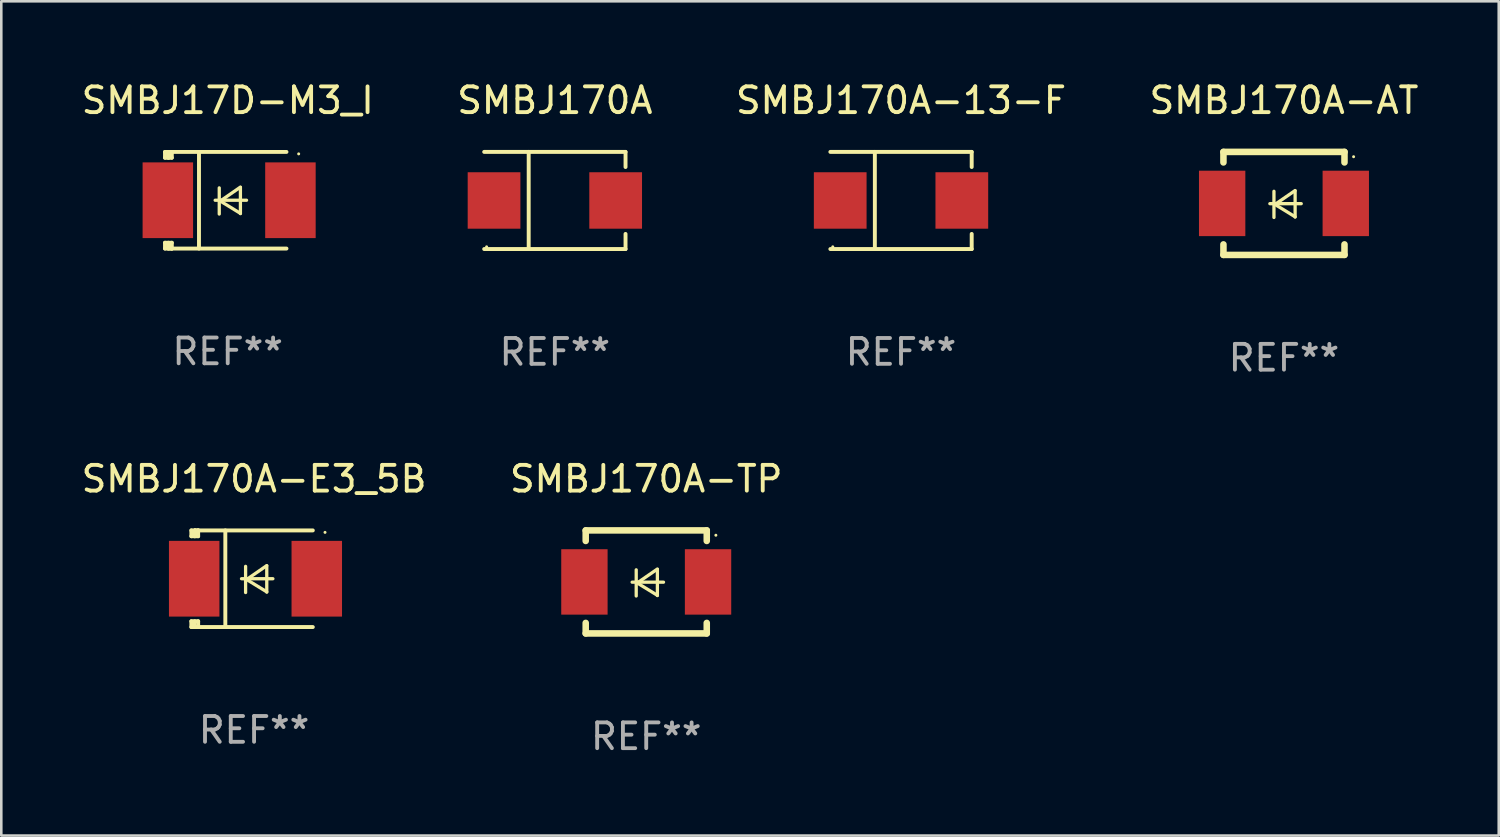
<source format=kicad_pcb>
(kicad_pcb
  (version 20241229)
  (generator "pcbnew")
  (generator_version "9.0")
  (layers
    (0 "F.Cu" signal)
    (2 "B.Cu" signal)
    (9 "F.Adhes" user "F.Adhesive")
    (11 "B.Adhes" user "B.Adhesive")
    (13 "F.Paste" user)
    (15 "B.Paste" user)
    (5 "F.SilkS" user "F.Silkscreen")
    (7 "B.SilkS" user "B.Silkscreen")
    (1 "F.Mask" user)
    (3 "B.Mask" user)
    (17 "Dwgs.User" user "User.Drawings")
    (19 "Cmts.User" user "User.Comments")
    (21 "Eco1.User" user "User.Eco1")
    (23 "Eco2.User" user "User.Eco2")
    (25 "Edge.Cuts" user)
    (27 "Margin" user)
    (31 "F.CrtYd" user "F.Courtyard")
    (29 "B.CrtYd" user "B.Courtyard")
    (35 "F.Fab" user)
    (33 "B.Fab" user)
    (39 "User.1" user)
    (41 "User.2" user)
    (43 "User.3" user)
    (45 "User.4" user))
  (footprint "SMBJ17D-M3_I"
    (layer "F.Cu")
    (at 5.792 4.725)
    (property "Reference" "SMBJ17D-M3_I" (at 0 -3.876 0) (layer "F.SilkS") (effects (font (size 1 1) (thickness 0.15))))
    (attr through_hole)
    (fp_line (start -2.435 1.65) (end -2.171 1.65) (stroke (width 0.152) (type solid)) (layer "F.SilkS"))
    (fp_line (start -2.435 1.876) (end -2.435 1.65) (stroke (width 0.152) (type solid)) (layer "F.SilkS"))
    (fp_line (start -2.435 -1.876) (end -2.171 -1.876) (stroke (width 0.152) (type solid)) (layer "F.SilkS"))
    (fp_line (start -2.435 -1.65) (end -2.435 -1.876) (stroke (width 0.152) (type solid)) (layer "F.SilkS"))
    (fp_line (start -2.305 -1.866) (end -2.295 -1.876) (stroke (width 0.152) (type solid)) (layer "F.SilkS"))
    (fp_line (start -2.305 -1.65) (end -2.305 -1.866) (stroke (width 0.152) (type solid)) (layer "F.SilkS"))
    (fp_line (start -2.305 1.876) (end -2.305 1.65) (stroke (width 0.152) (type solid)) (layer "F.SilkS"))
    (fp_line (start -2.295 -1.876) (end -2.295 -1.65) (stroke (width 0.152) (type solid)) (layer "F.SilkS"))
    (fp_line (start -2.171 1.876) (end -2.435 1.876) (stroke (width 0.152) (type solid)) (layer "F.SilkS"))
    (fp_line (start -2.171 -1.65) (end -2.435 -1.65) (stroke (width 0.152) (type solid)) (layer "F.SilkS"))
    (fp_line (start -2.171 -1.876) (end -2.295 -1.876) (stroke (width 0.152) (type solid)) (layer "F.SilkS"))
    (fp_line (start -2.171 -1.65) (end -2.171 -1.876) (stroke (width 0.152) (type solid)) (layer "F.SilkS"))
    (fp_line (start -2.171 1.876) (end -2.305 1.876) (stroke (width 0.152) (type solid)) (layer "F.SilkS"))
    (fp_line (start -2.171 1.876) (end -2.171 1.65) (stroke (width 0.152) (type solid)) (layer "F.SilkS"))
    (fp_line (start -1.116 1.876) (end -1.116 -1.876) (stroke (width 0.152) (type solid)) (layer "F.SilkS"))
    (fp_line (start -0.488 0.000102) (end 0.731 0.000102) (stroke (width 0.127) (type solid)) (layer "F.SilkS"))
    (fp_line (start -0.329 -0.48) (end -0.329 0.536) (stroke (width 0.127) (type solid)) (layer "F.SilkS"))
    (fp_line (start -0.29 0.03) (end 0.493 0.51) (stroke (width 0.127) (type solid)) (layer "F.SilkS"))
    (fp_line (start 0.493 -0.51) (end -0.29 0.03) (stroke (width 0.127) (type solid)) (layer "F.SilkS"))
    (fp_line (start 0.493 0.52) (end 0.493 -0.496) (stroke (width 0.127) (type solid)) (layer "F.SilkS"))
    (fp_line (start 2.281 -1.876) (end -2.171 -1.876) (stroke (width 0.152) (type solid)) (layer "F.SilkS"))
    (fp_line (start 2.281 1.876) (end -2.171 1.876) (stroke (width 0.152) (type solid)) (layer "F.SilkS"))
    (fp_circle (center 2.755 -1.8) (end 2.785 -1.8) (stroke (width 0.06) (type solid)) (fill no) (layer "F.SilkS"))
    (fp_text user "REF**" (at 0 5.876 0) (layer "F.Fab") (effects (font (size 1 1) (thickness 0.15))))
    (pad "1" smd rect (at 2.435 -0.000025 180) (size 1.96 2.94) (layers "F.Cu" "F.Mask" "F.Paste"))
    (pad "2" smd rect (at -2.325 -0.000025 180) (size 1.96 2.94) (layers "F.Cu" "F.Mask" "F.Paste")))
  (footprint "SMBJ170A"
    (layer "F.Cu")
    (at 18.494 4.734)
    (property "Reference" "SMBJ170A" (at 0 -3.886 0) (layer "F.SilkS") (effects (font (size 1 1) (thickness 0.15))))
    (attr through_hole)
    (fp_line (start -2.744 -1.886) (end 2.744 -1.886) (stroke (width 0.152) (type solid)) (layer "F.SilkS"))
    (fp_line (start -2.744 1.886) (end 2.744 1.886) (stroke (width 0.152) (type solid)) (layer "F.SilkS"))
    (fp_line (start -1.016 -1.886) (end -1.016 1.886) (stroke (width 0.152) (type solid)) (layer "F.SilkS"))
    (fp_line (start 2.744 -1.886) (end 2.744 -1.299) (stroke (width 0.152) (type solid)) (layer "F.SilkS"))
    (fp_line (start 2.744 1.886) (end 2.744 1.299) (stroke (width 0.152) (type solid)) (layer "F.SilkS"))
    (fp_circle (center -2.65 1.8) (end -2.62 1.8) (stroke (width 0.06) (type solid)) (fill no) (layer "F.SilkS"))
    (fp_text user "REF**" (at 0 5.886 0) (layer "F.Fab") (effects (font (size 1 1) (thickness 0.15))))
    (pad "1" smd rect (at -2.361 0) (size 2.047 2.192) (layers "F.Cu" "F.Mask" "F.Paste"))
    (pad "2" smd rect (at 2.361 0) (size 2.047 2.192) (layers "F.Cu" "F.Mask" "F.Paste")))
  (footprint "SMBJ170A-E3_5B"
    (layer "F.Cu")
    (at 6.815 19.421)
    (property "Reference" "SMBJ170A-E3_5B" (at 0 -3.876 0) (layer "F.SilkS") (effects (font (size 1 1) (thickness 0.15))))
    (attr through_hole)
    (fp_line (start -2.435 1.65) (end -2.171 1.65) (stroke (width 0.152) (type solid)) (layer "F.SilkS"))
    (fp_line (start -2.435 1.876) (end -2.435 1.65) (stroke (width 0.152) (type solid)) (layer "F.SilkS"))
    (fp_line (start -2.435 -1.876) (end -2.171 -1.876) (stroke (width 0.152) (type solid)) (layer "F.SilkS"))
    (fp_line (start -2.435 -1.65) (end -2.435 -1.876) (stroke (width 0.152) (type solid)) (layer "F.SilkS"))
    (fp_line (start -2.305 -1.866) (end -2.295 -1.876) (stroke (width 0.152) (type solid)) (layer "F.SilkS"))
    (fp_line (start -2.305 -1.65) (end -2.305 -1.866) (stroke (width 0.152) (type solid)) (layer "F.SilkS"))
    (fp_line (start -2.305 1.876) (end -2.305 1.65) (stroke (width 0.152) (type solid)) (layer "F.SilkS"))
    (fp_line (start -2.295 -1.876) (end -2.295 -1.65) (stroke (width 0.152) (type solid)) (layer "F.SilkS"))
    (fp_line (start -2.171 1.876) (end -2.435 1.876) (stroke (width 0.152) (type solid)) (layer "F.SilkS"))
    (fp_line (start -2.171 -1.65) (end -2.435 -1.65) (stroke (width 0.152) (type solid)) (layer "F.SilkS"))
    (fp_line (start -2.171 -1.876) (end -2.295 -1.876) (stroke (width 0.152) (type solid)) (layer "F.SilkS"))
    (fp_line (start -2.171 -1.65) (end -2.171 -1.876) (stroke (width 0.152) (type solid)) (layer "F.SilkS"))
    (fp_line (start -2.171 1.876) (end -2.305 1.876) (stroke (width 0.152) (type solid)) (layer "F.SilkS"))
    (fp_line (start -2.171 1.876) (end -2.171 1.65) (stroke (width 0.152) (type solid)) (layer "F.SilkS"))
    (fp_line (start -1.116 1.876) (end -1.116 -1.876) (stroke (width 0.152) (type solid)) (layer "F.SilkS"))
    (fp_line (start -0.488 0.000102) (end 0.731 0.000102) (stroke (width 0.127) (type solid)) (layer "F.SilkS"))
    (fp_line (start -0.329 -0.48) (end -0.329 0.536) (stroke (width 0.127) (type solid)) (layer "F.SilkS"))
    (fp_line (start -0.29 0.03) (end 0.493 0.51) (stroke (width 0.127) (type solid)) (layer "F.SilkS"))
    (fp_line (start 0.493 -0.51) (end -0.29 0.03) (stroke (width 0.127) (type solid)) (layer "F.SilkS"))
    (fp_line (start 0.493 0.52) (end 0.493 -0.496) (stroke (width 0.127) (type solid)) (layer "F.SilkS"))
    (fp_line (start 2.281 -1.876) (end -2.171 -1.876) (stroke (width 0.152) (type solid)) (layer "F.SilkS"))
    (fp_line (start 2.281 1.876) (end -2.171 1.876) (stroke (width 0.152) (type solid)) (layer "F.SilkS"))
    (fp_circle (center 2.755 -1.8) (end 2.785 -1.8) (stroke (width 0.06) (type solid)) (fill no) (layer "F.SilkS"))
    (fp_text user "REF**" (at 0 5.876 0) (layer "F.Fab") (effects (font (size 1 1) (thickness 0.15))))
    (pad "1" smd rect (at 2.435 -0.000025 180) (size 1.96 2.94) (layers "F.Cu" "F.Mask" "F.Paste"))
    (pad "2" smd rect (at -2.325 -0.000025 180) (size 1.96 2.94) (layers "F.Cu" "F.Mask" "F.Paste")))
  (footprint "SMBJ170A-13-F"
    (layer "F.Cu")
    (at 31.935 4.734)
    (property "Reference" "SMBJ170A-13-F" (at 0 -3.886 0) (layer "F.SilkS") (effects (font (size 1 1) (thickness 0.15))))
    (attr through_hole)
    (fp_line (start -2.744 -1.886) (end 2.744 -1.886) (stroke (width 0.152) (type solid)) (layer "F.SilkS"))
    (fp_line (start -2.744 1.886) (end 2.744 1.886) (stroke (width 0.152) (type solid)) (layer "F.SilkS"))
    (fp_line (start -1.016 -1.886) (end -1.016 1.886) (stroke (width 0.152) (type solid)) (layer "F.SilkS"))
    (fp_line (start 2.744 -1.886) (end 2.744 -1.299) (stroke (width 0.152) (type solid)) (layer "F.SilkS"))
    (fp_line (start 2.744 1.886) (end 2.744 1.299) (stroke (width 0.152) (type solid)) (layer "F.SilkS"))
    (fp_circle (center -2.65 1.8) (end -2.62 1.8) (stroke (width 0.06) (type solid)) (fill no) (layer "F.SilkS"))
    (fp_text user "REF**" (at 0 5.886 0) (layer "F.Fab") (effects (font (size 1 1) (thickness 0.15))))
    (pad "1" smd rect (at -2.361 0) (size 2.047 2.192) (layers "F.Cu" "F.Mask" "F.Paste"))
    (pad "2" smd rect (at 2.361 0) (size 2.047 2.192) (layers "F.Cu" "F.Mask" "F.Paste")))
  (footprint "SMBJ170A-AT"
    (layer "F.Cu")
    (at 46.804 4.848)
    (property "Reference" "SMBJ170A-AT" (at 0 -4 0) (layer "F.SilkS") (effects (font (size 1 1) (thickness 0.15))))
    (attr through_hole)
    (fp_line (start -2.35 -2) (end -2.35 -1.591) (stroke (width 0.254) (type solid)) (layer "F.SilkS"))
    (fp_line (start -2.35 -2) (end 2.35 -2) (stroke (width 0.254) (type solid)) (layer "F.SilkS"))
    (fp_line (start -2.35 1.591) (end -2.35 2) (stroke (width 0.254) (type solid)) (layer "F.SilkS"))
    (fp_line (start -2.35 2) (end 2.35 2) (stroke (width 0.254) (type solid)) (layer "F.SilkS"))
    (fp_line (start -0.548 0.01) (end 0.671 0.01) (stroke (width 0.127) (type solid)) (layer "F.SilkS"))
    (fp_line (start -0.389 -0.47) (end -0.389 0.546) (stroke (width 0.127) (type solid)) (layer "F.SilkS"))
    (fp_line (start -0.35 0.04) (end 0.433 0.52) (stroke (width 0.127) (type solid)) (layer "F.SilkS"))
    (fp_line (start 0.433 -0.5) (end -0.35 0.04) (stroke (width 0.127) (type solid)) (layer "F.SilkS"))
    (fp_line (start 0.433 0.53) (end 0.433 -0.486) (stroke (width 0.127) (type solid)) (layer "F.SilkS"))
    (fp_line (start 2.35 -2) (end 2.35 -1.591) (stroke (width 0.254) (type solid)) (layer "F.SilkS"))
    (fp_line (start 2.35 1.591) (end 2.35 2) (stroke (width 0.254) (type solid)) (layer "F.SilkS"))
    (fp_circle (center 2.704 -1.813) (end 2.734 -1.813) (stroke (width 0.06) (type solid)) (fill no) (layer "F.SilkS"))
    (fp_text user "REF**" (at 0 6 0) (layer "F.Fab") (effects (font (size 1 1) (thickness 0.15))))
    (pad "1" smd rect (at 2.4 0) (size 1.8 2.54) (layers "F.Cu" "F.Mask" "F.Paste"))
    (pad "2" smd rect (at -2.4 0) (size 1.8 2.54) (layers "F.Cu" "F.Mask" "F.Paste")))
  (footprint "SMBJ170A-TP"
    (layer "F.Cu")
    (at 22.042 19.545)
    (property "Reference" "SMBJ170A-TP" (at 0 -4 0) (layer "F.SilkS") (effects (font (size 1 1) (thickness 0.15))))
    (attr through_hole)
    (fp_line (start -2.35 -2) (end -2.35 -1.591) (stroke (width 0.254) (type solid)) (layer "F.SilkS"))
    (fp_line (start -2.35 -2) (end 2.35 -2) (stroke (width 0.254) (type solid)) (layer "F.SilkS"))
    (fp_line (start -2.35 1.591) (end -2.35 2) (stroke (width 0.254) (type solid)) (layer "F.SilkS"))
    (fp_line (start -2.35 2) (end 2.35 2) (stroke (width 0.254) (type solid)) (layer "F.SilkS"))
    (fp_line (start -0.548 0.01) (end 0.671 0.01) (stroke (width 0.127) (type solid)) (layer "F.SilkS"))
    (fp_line (start -0.389 -0.47) (end -0.389 0.546) (stroke (width 0.127) (type solid)) (layer "F.SilkS"))
    (fp_line (start -0.35 0.04) (end 0.433 0.52) (stroke (width 0.127) (type solid)) (layer "F.SilkS"))
    (fp_line (start 0.433 -0.5) (end -0.35 0.04) (stroke (width 0.127) (type solid)) (layer "F.SilkS"))
    (fp_line (start 0.433 0.53) (end 0.433 -0.486) (stroke (width 0.127) (type solid)) (layer "F.SilkS"))
    (fp_line (start 2.35 -2) (end 2.35 -1.591) (stroke (width 0.254) (type solid)) (layer "F.SilkS"))
    (fp_line (start 2.35 1.591) (end 2.35 2) (stroke (width 0.254) (type solid)) (layer "F.SilkS"))
    (fp_circle (center 2.704 -1.813) (end 2.734 -1.813) (stroke (width 0.06) (type solid)) (fill no) (layer "F.SilkS"))
    (fp_text user "REF**" (at 0 6 0) (layer "F.Fab") (effects (font (size 1 1) (thickness 0.15))))
    (pad "1" smd rect (at 2.4 0) (size 1.8 2.54) (layers "F.Cu" "F.Mask" "F.Paste"))
    (pad "2" smd rect (at -2.4 0) (size 1.8 2.54) (layers "F.Cu" "F.Mask" "F.Paste")))
  (gr_rect
    (start -3 -3)
    (end 55.143 29.393)
    (stroke (width 0.1) (type default))
    (fill no)
    (layer "Edge.Cuts")))
</source>
